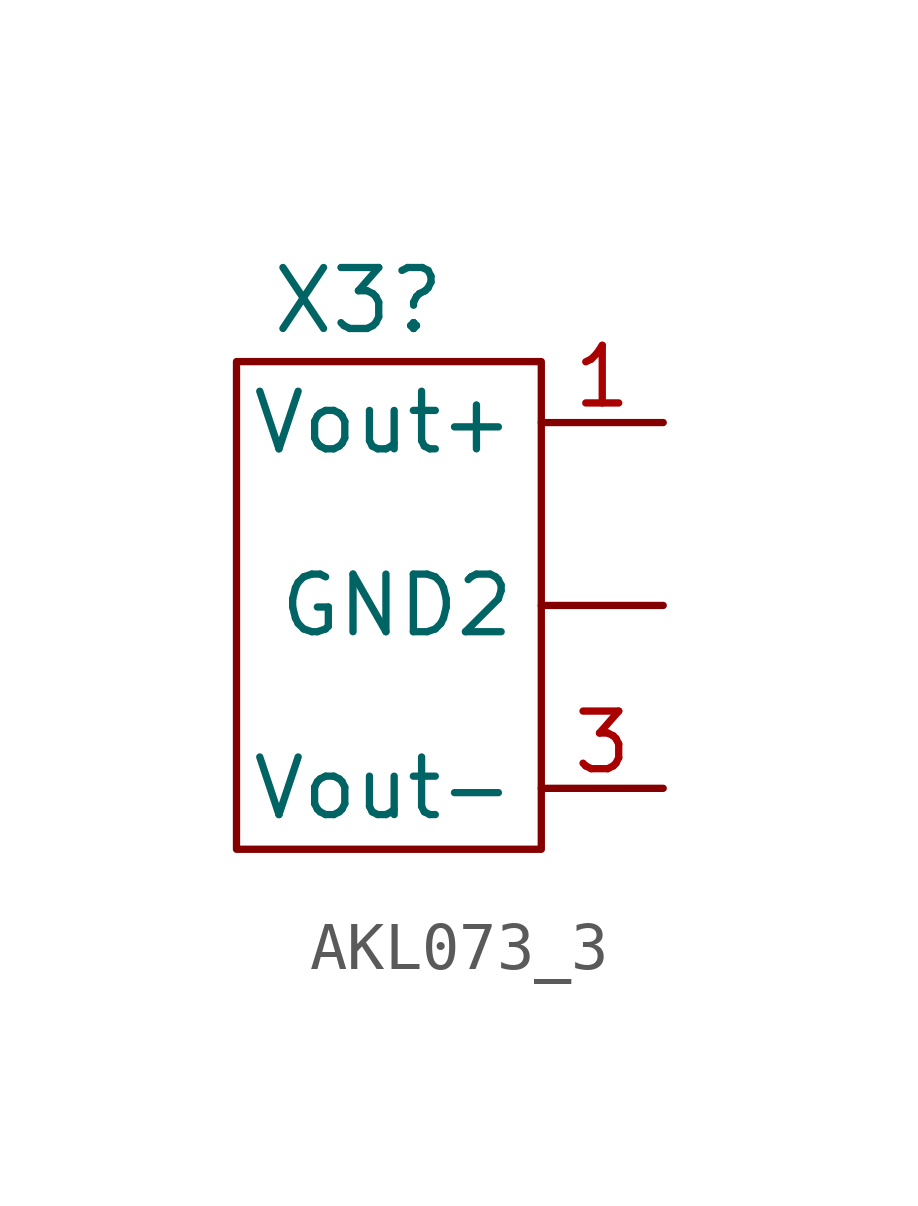
<source format=kicad_sym>
(kicad_symbol_lib
  (version 20220914)
  (generator kicad_symbol_editor)
  (symbol "AKL073_3"
    (property "Reference" "X3"
      (at 0 6.35 0)
      (effects (font (size 1.27 1.27))))
    (property "Value" ""
      (at 0 0 0)
      (effects (font (size 1.27 1.27))))
    (symbol "AKL073_3_0_1"
      (rectangle (start -2.54 5.08) (end 3.81 -5.08) (stroke (width 0) (type default)) (fill (type none))))
    (symbol "AKL073_3_1_1"
      (pin passive line (at 6.35 0 180) (length 2.54) (name "GND2" (effects (font (size 1.2 1.2)))) (number "" (effects (font (size 1.2 1.2)))))
      (pin passive line (at 6.35 3.81 180) (length 2.54) (name "Vout+" (effects (font (size 1.2 1.2)))) (number "1" (effects (font (size 1.2 1.2)))))
      (pin passive line (at 6.35 -3.81 180) (length 2.54) (name "Vout-" (effects (font (size 1.2 1.2)))) (number "3" (effects (font (size 1.2 1.2))))))))
</source>
